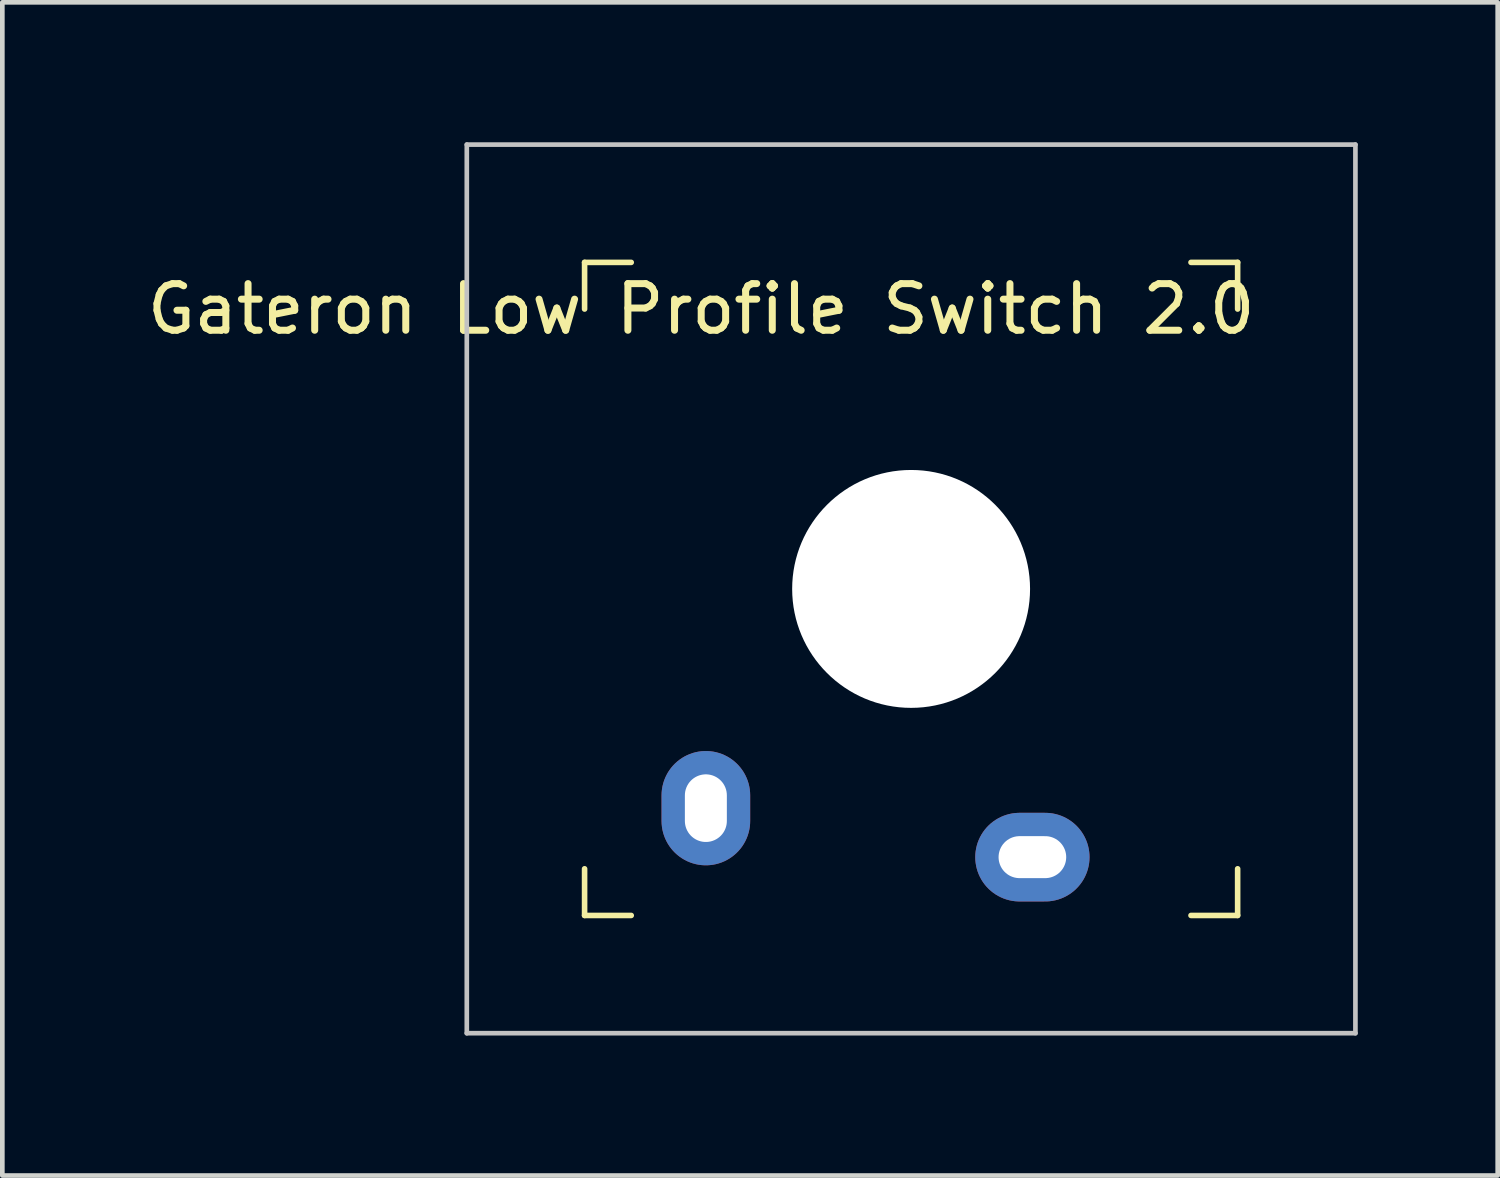
<source format=kicad_pcb>
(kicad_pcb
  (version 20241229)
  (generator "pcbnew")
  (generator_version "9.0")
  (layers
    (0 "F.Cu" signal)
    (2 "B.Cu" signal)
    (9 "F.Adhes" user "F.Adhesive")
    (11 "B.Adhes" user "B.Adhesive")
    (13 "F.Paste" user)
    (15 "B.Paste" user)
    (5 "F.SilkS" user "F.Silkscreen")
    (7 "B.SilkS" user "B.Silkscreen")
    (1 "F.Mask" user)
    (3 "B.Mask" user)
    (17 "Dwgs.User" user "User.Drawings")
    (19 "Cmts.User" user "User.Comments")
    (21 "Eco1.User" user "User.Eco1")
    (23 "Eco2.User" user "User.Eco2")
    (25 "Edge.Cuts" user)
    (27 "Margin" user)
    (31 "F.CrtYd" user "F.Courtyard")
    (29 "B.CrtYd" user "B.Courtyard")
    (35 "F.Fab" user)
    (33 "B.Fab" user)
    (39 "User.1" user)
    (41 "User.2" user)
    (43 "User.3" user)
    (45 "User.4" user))
  (footprint "Gateron Low Profile Switch 2.0"
    (layer "F.Cu")
    (at 16.482 9.575)
    (property "Reference" "Gateron Low Profile Switch 2.0" (at -4.5 -6 0) (unlocked yes) (layer "F.SilkS") (effects (font (size 1 1) (thickness 0.15))))
    (attr through_hole)
    (fp_line (start -7 -7) (end -7 -6) (stroke (width 0.12) (type solid)) (layer "F.SilkS"))
    (fp_line (start -7 -7) (end -6 -7) (stroke (width 0.12) (type solid)) (layer "F.SilkS"))
    (fp_line (start -7 7) (end -7 6) (stroke (width 0.12) (type solid)) (layer "F.SilkS"))
    (fp_line (start -6 7) (end -7 7) (stroke (width 0.12) (type solid)) (layer "F.SilkS"))
    (fp_line (start 6 -7) (end 7 -7) (stroke (width 0.12) (type solid)) (layer "F.SilkS"))
    (fp_line (start 7 -7) (end 7 -6) (stroke (width 0.12) (type solid)) (layer "F.SilkS"))
    (fp_line (start 7 6) (end 7 7) (stroke (width 0.12) (type solid)) (layer "F.SilkS"))
    (fp_line (start 7 7) (end 6 7) (stroke (width 0.12) (type solid)) (layer "F.SilkS"))
    (fp_line (start -9.525 -9.525) (end 9.525 -9.525) (stroke (width 0.1) (type solid)) (layer "Dwgs.User"))
    (fp_line (start -9.525 9.525) (end -9.525 -9.525) (stroke (width 0.1) (type solid)) (layer "Dwgs.User"))
    (fp_line (start 9.525 -9.525) (end 9.525 9.525) (stroke (width 0.1) (type solid)) (layer "Dwgs.User"))
    (fp_line (start 9.525 9.525) (end -9.525 9.525) (stroke (width 0.1) (type solid)) (layer "Dwgs.User"))
    (fp_line (start -7 -7) (end -7 7) (stroke (width 0.1) (type solid)) (layer "Eco1.User"))
    (fp_line (start -7 -7) (end 7 -7) (stroke (width 0.1) (type solid)) (layer "Eco1.User"))
    (fp_line (start -7 7) (end 7 7) (stroke (width 0.1) (type solid)) (layer "Eco1.User"))
    (fp_line (start 7 -7) (end 7 7) (stroke (width 0.1) (type solid)) (layer "Eco1.User"))
    (fp_rect (start 1.8 -6.3) (end -3.2 -4.05) (stroke (width 0.12) (type solid)) (fill no) (layer "Eco1.User"))
    (pad "" np_thru_hole circle (at 0 0) (size 5.1 5.1) (drill 5.1) (layers "*.Cu" "*.Mask"))
    (pad "1" thru_hole oval (at -4.4 4.7 90) (size 2.45 1.9) (drill oval 1.45 0.9) (layers "*.Cu" "*.Mask"))
    (pad "2" thru_hole oval (at 2.6 5.75) (size 2.45 1.9) (drill oval 1.45 0.9) (layers "*.Cu" "*.Mask")))
  (gr_rect
    (start -3 -3)
    (end 29.057 22.15)
    (stroke (width 0.1) (type default))
    (fill no)
    (layer "Edge.Cuts")))
</source>
